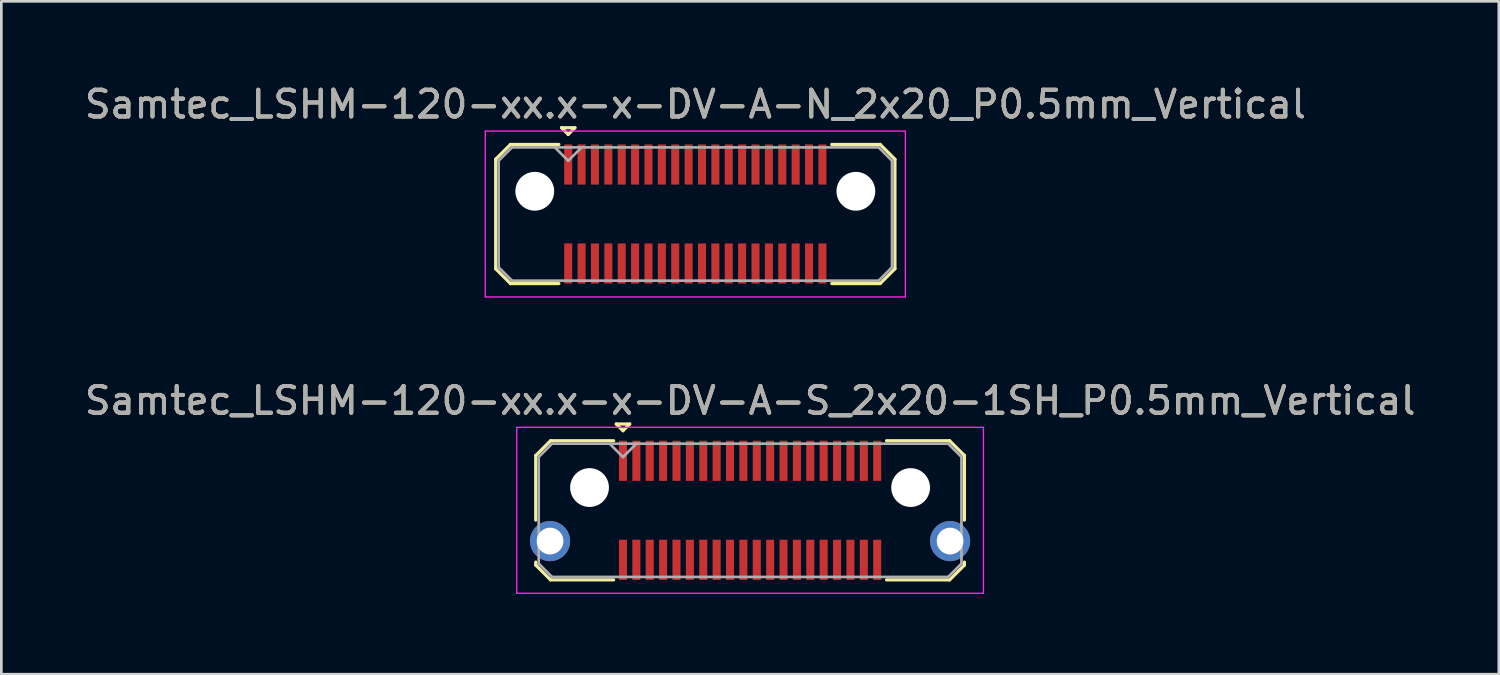
<source format=kicad_pcb>
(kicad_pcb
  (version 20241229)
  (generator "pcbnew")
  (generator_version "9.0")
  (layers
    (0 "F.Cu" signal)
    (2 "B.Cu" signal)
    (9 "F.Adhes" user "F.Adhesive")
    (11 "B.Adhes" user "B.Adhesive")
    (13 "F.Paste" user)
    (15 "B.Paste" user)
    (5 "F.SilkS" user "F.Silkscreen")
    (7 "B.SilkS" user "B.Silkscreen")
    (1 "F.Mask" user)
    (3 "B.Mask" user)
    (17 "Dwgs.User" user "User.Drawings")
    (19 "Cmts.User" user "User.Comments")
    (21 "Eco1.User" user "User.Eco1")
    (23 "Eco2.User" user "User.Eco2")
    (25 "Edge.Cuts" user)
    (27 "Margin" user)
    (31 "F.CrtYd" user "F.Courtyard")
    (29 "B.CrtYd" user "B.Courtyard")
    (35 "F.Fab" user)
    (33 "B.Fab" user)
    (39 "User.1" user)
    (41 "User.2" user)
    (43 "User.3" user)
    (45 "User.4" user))
  (footprint "Samtec_LSHM-120-xx.x-x-DV-A-N_2x20_P0.5mm_Vertical"
    (layer "F.Cu")
    (at 22.935 4.948)
    (property "Reference" "Samtec_LSHM-120-xx.x-x-DV-A-N_2x20_P0.5mm_Vertical" (at 0 -4.1 0) (layer "F.SilkS") (effects (font (size 1 1) (thickness 0.15))))
    (attr smd)
    (fp_line (start -7.46 -2.047) (end -7.46 2.047) (stroke (width 0.12) (type solid)) (layer "F.SilkS"))
    (fp_line (start -7.46 2.047) (end -6.907 2.6) (stroke (width 0.12) (type solid)) (layer "F.SilkS"))
    (fp_line (start -6.907 -2.6) (end -7.46 -2.047) (stroke (width 0.12) (type solid)) (layer "F.SilkS"))
    (fp_line (start -6.907 2.6) (end -5.1 2.6) (stroke (width 0.12) (type solid)) (layer "F.SilkS"))
    (fp_line (start -5.1 -2.6) (end -6.907 -2.6) (stroke (width 0.12) (type solid)) (layer "F.SilkS"))
    (fp_line (start -5 -3.225) (end -4.5 -3.225) (stroke (width 0.12) (type solid)) (layer "F.SilkS"))
    (fp_line (start -4.75 -2.975) (end -5 -3.225) (stroke (width 0.12) (type solid)) (layer "F.SilkS"))
    (fp_line (start -4.5 -3.225) (end -4.75 -2.975) (stroke (width 0.12) (type solid)) (layer "F.SilkS"))
    (fp_line (start 5.1 -2.6) (end 6.907 -2.6) (stroke (width 0.12) (type solid)) (layer "F.SilkS"))
    (fp_line (start 6.907 -2.6) (end 7.46 -2.047) (stroke (width 0.12) (type solid)) (layer "F.SilkS"))
    (fp_line (start 6.907 2.6) (end 5.1 2.6) (stroke (width 0.12) (type solid)) (layer "F.SilkS"))
    (fp_line (start 7.46 -2.047) (end 7.46 2.047) (stroke (width 0.12) (type solid)) (layer "F.SilkS"))
    (fp_line (start 7.46 2.047) (end 6.907 2.6) (stroke (width 0.12) (type solid)) (layer "F.SilkS"))
    (fp_line (start -7.85 -3.1) (end -7.85 3.1) (stroke (width 0.05) (type solid)) (layer "F.CrtYd"))
    (fp_line (start -7.85 3.1) (end 7.85 3.1) (stroke (width 0.05) (type solid)) (layer "F.CrtYd"))
    (fp_line (start 7.85 -3.1) (end -7.85 -3.1) (stroke (width 0.05) (type solid)) (layer "F.CrtYd"))
    (fp_line (start 7.85 3.1) (end 7.85 -3.1) (stroke (width 0.05) (type solid)) (layer "F.CrtYd"))
    (fp_line (start -7.35 -1.992) (end -7.35 1.992) (stroke (width 0.1) (type solid)) (layer "F.Fab"))
    (fp_line (start -7.35 1.992) (end -6.852 2.49) (stroke (width 0.1) (type solid)) (layer "F.Fab"))
    (fp_line (start -6.852 -2.49) (end -7.35 -1.992) (stroke (width 0.1) (type solid)) (layer "F.Fab"))
    (fp_line (start -6.852 2.49) (end 6.852 2.49) (stroke (width 0.1) (type solid)) (layer "F.Fab"))
    (fp_line (start -4.75 -1.99) (end -5.25 -2.49) (stroke (width 0.1) (type solid)) (layer "F.Fab"))
    (fp_line (start -4.25 -2.49) (end -4.75 -1.99) (stroke (width 0.1) (type solid)) (layer "F.Fab"))
    (fp_line (start 6.852 -2.49) (end -6.852 -2.49) (stroke (width 0.1) (type solid)) (layer "F.Fab"))
    (fp_line (start 6.852 2.49) (end 7.35 1.992) (stroke (width 0.1) (type solid)) (layer "F.Fab"))
    (fp_line (start 7.35 -1.992) (end 6.852 -2.49) (stroke (width 0.1) (type solid)) (layer "F.Fab"))
    (fp_line (start 7.35 1.992) (end 7.35 -1.992) (stroke (width 0.1) (type solid)) (layer "F.Fab"))
    (fp_text user "${REFERENCE}" (at 0 -4.1 0) (layer "F.Fab") (effects (font (size 1 1) (thickness 0.15))))
    (pad "" np_thru_hole circle (at -6 -0.85) (size 1.45 1.45) (drill 1.45) (layers "*.Cu" "*.Mask"))
    (pad "" np_thru_hole circle (at 6 -0.85) (size 1.45 1.45) (drill 1.45) (layers "*.Cu" "*.Mask"))
    (pad "1" smd rect (at -4.75 -1.85) (size 0.3 1.5) (layers "F.Cu" "F.Mask" "F.Paste"))
    (pad "2" smd rect (at -4.75 1.85) (size 0.3 1.5) (layers "F.Cu" "F.Mask" "F.Paste"))
    (pad "3" smd rect (at -4.25 -1.85) (size 0.3 1.5) (layers "F.Cu" "F.Mask" "F.Paste"))
    (pad "4" smd rect (at -4.25 1.85) (size 0.3 1.5) (layers "F.Cu" "F.Mask" "F.Paste"))
    (pad "5" smd rect (at -3.75 -1.85) (size 0.3 1.5) (layers "F.Cu" "F.Mask" "F.Paste"))
    (pad "6" smd rect (at -3.75 1.85) (size 0.3 1.5) (layers "F.Cu" "F.Mask" "F.Paste"))
    (pad "7" smd rect (at -3.25 -1.85) (size 0.3 1.5) (layers "F.Cu" "F.Mask" "F.Paste"))
    (pad "8" smd rect (at -3.25 1.85) (size 0.3 1.5) (layers "F.Cu" "F.Mask" "F.Paste"))
    (pad "9" smd rect (at -2.75 -1.85) (size 0.3 1.5) (layers "F.Cu" "F.Mask" "F.Paste"))
    (pad "10" smd rect (at -2.75 1.85) (size 0.3 1.5) (layers "F.Cu" "F.Mask" "F.Paste"))
    (pad "11" smd rect (at -2.25 -1.85) (size 0.3 1.5) (layers "F.Cu" "F.Mask" "F.Paste"))
    (pad "12" smd rect (at -2.25 1.85) (size 0.3 1.5) (layers "F.Cu" "F.Mask" "F.Paste"))
    (pad "13" smd rect (at -1.75 -1.85) (size 0.3 1.5) (layers "F.Cu" "F.Mask" "F.Paste"))
    (pad "14" smd rect (at -1.75 1.85) (size 0.3 1.5) (layers "F.Cu" "F.Mask" "F.Paste"))
    (pad "15" smd rect (at -1.25 -1.85) (size 0.3 1.5) (layers "F.Cu" "F.Mask" "F.Paste"))
    (pad "16" smd rect (at -1.25 1.85) (size 0.3 1.5) (layers "F.Cu" "F.Mask" "F.Paste"))
    (pad "17" smd rect (at -0.75 -1.85) (size 0.3 1.5) (layers "F.Cu" "F.Mask" "F.Paste"))
    (pad "18" smd rect (at -0.75 1.85) (size 0.3 1.5) (layers "F.Cu" "F.Mask" "F.Paste"))
    (pad "19" smd rect (at -0.25 -1.85) (size 0.3 1.5) (layers "F.Cu" "F.Mask" "F.Paste"))
    (pad "20" smd rect (at -0.25 1.85) (size 0.3 1.5) (layers "F.Cu" "F.Mask" "F.Paste"))
    (pad "21" smd rect (at 0.25 -1.85) (size 0.3 1.5) (layers "F.Cu" "F.Mask" "F.Paste"))
    (pad "22" smd rect (at 0.25 1.85) (size 0.3 1.5) (layers "F.Cu" "F.Mask" "F.Paste"))
    (pad "23" smd rect (at 0.75 -1.85) (size 0.3 1.5) (layers "F.Cu" "F.Mask" "F.Paste"))
    (pad "24" smd rect (at 0.75 1.85) (size 0.3 1.5) (layers "F.Cu" "F.Mask" "F.Paste"))
    (pad "25" smd rect (at 1.25 -1.85) (size 0.3 1.5) (layers "F.Cu" "F.Mask" "F.Paste"))
    (pad "26" smd rect (at 1.25 1.85) (size 0.3 1.5) (layers "F.Cu" "F.Mask" "F.Paste"))
    (pad "27" smd rect (at 1.75 -1.85) (size 0.3 1.5) (layers "F.Cu" "F.Mask" "F.Paste"))
    (pad "28" smd rect (at 1.75 1.85) (size 0.3 1.5) (layers "F.Cu" "F.Mask" "F.Paste"))
    (pad "29" smd rect (at 2.25 -1.85) (size 0.3 1.5) (layers "F.Cu" "F.Mask" "F.Paste"))
    (pad "30" smd rect (at 2.25 1.85) (size 0.3 1.5) (layers "F.Cu" "F.Mask" "F.Paste"))
    (pad "31" smd rect (at 2.75 -1.85) (size 0.3 1.5) (layers "F.Cu" "F.Mask" "F.Paste"))
    (pad "32" smd rect (at 2.75 1.85) (size 0.3 1.5) (layers "F.Cu" "F.Mask" "F.Paste"))
    (pad "33" smd rect (at 3.25 -1.85) (size 0.3 1.5) (layers "F.Cu" "F.Mask" "F.Paste"))
    (pad "34" smd rect (at 3.25 1.85) (size 0.3 1.5) (layers "F.Cu" "F.Mask" "F.Paste"))
    (pad "35" smd rect (at 3.75 -1.85) (size 0.3 1.5) (layers "F.Cu" "F.Mask" "F.Paste"))
    (pad "36" smd rect (at 3.75 1.85) (size 0.3 1.5) (layers "F.Cu" "F.Mask" "F.Paste"))
    (pad "37" smd rect (at 4.25 -1.85) (size 0.3 1.5) (layers "F.Cu" "F.Mask" "F.Paste"))
    (pad "38" smd rect (at 4.25 1.85) (size 0.3 1.5) (layers "F.Cu" "F.Mask" "F.Paste"))
    (pad "39" smd rect (at 4.75 -1.85) (size 0.3 1.5) (layers "F.Cu" "F.Mask" "F.Paste"))
    (pad "40" smd rect (at 4.75 1.85) (size 0.3 1.5) (layers "F.Cu" "F.Mask" "F.Paste")))
  (footprint "Samtec_LSHM-120-xx.x-x-DV-A-S_2x20-1SH_P0.5mm_Vertical"
    (layer "F.Cu")
    (at 24.982 16.021)
    (property "Reference" "Samtec_LSHM-120-xx.x-x-DV-A-S_2x20-1SH_P0.5mm_Vertical" (at 0 -4.1 0) (layer "F.SilkS") (effects (font (size 1 1) (thickness 0.15))))
    (attr smd)
    (fp_line (start -8.01 -2.047) (end -8.01 0.365) (stroke (width 0.12) (type solid)) (layer "F.SilkS"))
    (fp_line (start -8.01 1.935) (end -8.01 2.047) (stroke (width 0.12) (type solid)) (layer "F.SilkS"))
    (fp_line (start -8.01 2.047) (end -7.457 2.6) (stroke (width 0.12) (type solid)) (layer "F.SilkS"))
    (fp_line (start -7.457 -2.6) (end -8.01 -2.047) (stroke (width 0.12) (type solid)) (layer "F.SilkS"))
    (fp_line (start -7.457 2.6) (end -5.1 2.6) (stroke (width 0.12) (type solid)) (layer "F.SilkS"))
    (fp_line (start -5.1 -2.6) (end -7.457 -2.6) (stroke (width 0.12) (type solid)) (layer "F.SilkS"))
    (fp_line (start -5 -3.225) (end -4.5 -3.225) (stroke (width 0.12) (type solid)) (layer "F.SilkS"))
    (fp_line (start -4.75 -2.975) (end -5 -3.225) (stroke (width 0.12) (type solid)) (layer "F.SilkS"))
    (fp_line (start -4.5 -3.225) (end -4.75 -2.975) (stroke (width 0.12) (type solid)) (layer "F.SilkS"))
    (fp_line (start 5.1 -2.6) (end 7.457 -2.6) (stroke (width 0.12) (type solid)) (layer "F.SilkS"))
    (fp_line (start 7.457 -2.6) (end 8.01 -2.047) (stroke (width 0.12) (type solid)) (layer "F.SilkS"))
    (fp_line (start 7.457 2.6) (end 5.1 2.6) (stroke (width 0.12) (type solid)) (layer "F.SilkS"))
    (fp_line (start 8.01 -2.047) (end 8.01 0.365) (stroke (width 0.12) (type solid)) (layer "F.SilkS"))
    (fp_line (start 8.01 1.935) (end 8.01 2.047) (stroke (width 0.12) (type solid)) (layer "F.SilkS"))
    (fp_line (start 8.01 2.047) (end 7.457 2.6) (stroke (width 0.12) (type solid)) (layer "F.SilkS"))
    (fp_line (start -8.72 -3.1) (end -8.72 3.1) (stroke (width 0.05) (type solid)) (layer "F.CrtYd"))
    (fp_line (start -8.72 3.1) (end 8.72 3.1) (stroke (width 0.05) (type solid)) (layer "F.CrtYd"))
    (fp_line (start 8.72 -3.1) (end -8.72 -3.1) (stroke (width 0.05) (type solid)) (layer "F.CrtYd"))
    (fp_line (start 8.72 3.1) (end 8.72 -3.1) (stroke (width 0.05) (type solid)) (layer "F.CrtYd"))
    (fp_line (start -7.9 -1.992) (end -7.9 1.992) (stroke (width 0.1) (type solid)) (layer "F.Fab"))
    (fp_line (start -7.9 1.992) (end -7.402 2.49) (stroke (width 0.1) (type solid)) (layer "F.Fab"))
    (fp_line (start -7.402 -2.49) (end -7.9 -1.992) (stroke (width 0.1) (type solid)) (layer "F.Fab"))
    (fp_line (start -7.402 2.49) (end 7.402 2.49) (stroke (width 0.1) (type solid)) (layer "F.Fab"))
    (fp_line (start -4.75 -1.99) (end -5.25 -2.49) (stroke (width 0.1) (type solid)) (layer "F.Fab"))
    (fp_line (start -4.25 -2.49) (end -4.75 -1.99) (stroke (width 0.1) (type solid)) (layer "F.Fab"))
    (fp_line (start 7.402 -2.49) (end -7.402 -2.49) (stroke (width 0.1) (type solid)) (layer "F.Fab"))
    (fp_line (start 7.402 2.49) (end 7.9 1.992) (stroke (width 0.1) (type solid)) (layer "F.Fab"))
    (fp_line (start 7.9 -1.992) (end 7.402 -2.49) (stroke (width 0.1) (type solid)) (layer "F.Fab"))
    (fp_line (start 7.9 1.992) (end 7.9 -1.992) (stroke (width 0.1) (type solid)) (layer "F.Fab"))
    (fp_text user "${REFERENCE}" (at 0 -4.1 0) (layer "F.Fab") (effects (font (size 1 1) (thickness 0.15))))
    (pad "" np_thru_hole circle (at -6 -0.85) (size 1.45 1.45) (drill 1.45) (layers "*.Cu" "*.Mask"))
    (pad "" np_thru_hole circle (at 6 -0.85) (size 1.45 1.45) (drill 1.45) (layers "*.Cu" "*.Mask"))
    (pad "1" smd rect (at -4.75 -1.85) (size 0.3 1.5) (layers "F.Cu" "F.Mask" "F.Paste"))
    (pad "2" smd rect (at -4.75 1.85) (size 0.3 1.5) (layers "F.Cu" "F.Mask" "F.Paste"))
    (pad "3" smd rect (at -4.25 -1.85) (size 0.3 1.5) (layers "F.Cu" "F.Mask" "F.Paste"))
    (pad "4" smd rect (at -4.25 1.85) (size 0.3 1.5) (layers "F.Cu" "F.Mask" "F.Paste"))
    (pad "5" smd rect (at -3.75 -1.85) (size 0.3 1.5) (layers "F.Cu" "F.Mask" "F.Paste"))
    (pad "6" smd rect (at -3.75 1.85) (size 0.3 1.5) (layers "F.Cu" "F.Mask" "F.Paste"))
    (pad "7" smd rect (at -3.25 -1.85) (size 0.3 1.5) (layers "F.Cu" "F.Mask" "F.Paste"))
    (pad "8" smd rect (at -3.25 1.85) (size 0.3 1.5) (layers "F.Cu" "F.Mask" "F.Paste"))
    (pad "9" smd rect (at -2.75 -1.85) (size 0.3 1.5) (layers "F.Cu" "F.Mask" "F.Paste"))
    (pad "10" smd rect (at -2.75 1.85) (size 0.3 1.5) (layers "F.Cu" "F.Mask" "F.Paste"))
    (pad "11" smd rect (at -2.25 -1.85) (size 0.3 1.5) (layers "F.Cu" "F.Mask" "F.Paste"))
    (pad "12" smd rect (at -2.25 1.85) (size 0.3 1.5) (layers "F.Cu" "F.Mask" "F.Paste"))
    (pad "13" smd rect (at -1.75 -1.85) (size 0.3 1.5) (layers "F.Cu" "F.Mask" "F.Paste"))
    (pad "14" smd rect (at -1.75 1.85) (size 0.3 1.5) (layers "F.Cu" "F.Mask" "F.Paste"))
    (pad "15" smd rect (at -1.25 -1.85) (size 0.3 1.5) (layers "F.Cu" "F.Mask" "F.Paste"))
    (pad "16" smd rect (at -1.25 1.85) (size 0.3 1.5) (layers "F.Cu" "F.Mask" "F.Paste"))
    (pad "17" smd rect (at -0.75 -1.85) (size 0.3 1.5) (layers "F.Cu" "F.Mask" "F.Paste"))
    (pad "18" smd rect (at -0.75 1.85) (size 0.3 1.5) (layers "F.Cu" "F.Mask" "F.Paste"))
    (pad "19" smd rect (at -0.25 -1.85) (size 0.3 1.5) (layers "F.Cu" "F.Mask" "F.Paste"))
    (pad "20" smd rect (at -0.25 1.85) (size 0.3 1.5) (layers "F.Cu" "F.Mask" "F.Paste"))
    (pad "21" smd rect (at 0.25 -1.85) (size 0.3 1.5) (layers "F.Cu" "F.Mask" "F.Paste"))
    (pad "22" smd rect (at 0.25 1.85) (size 0.3 1.5) (layers "F.Cu" "F.Mask" "F.Paste"))
    (pad "23" smd rect (at 0.75 -1.85) (size 0.3 1.5) (layers "F.Cu" "F.Mask" "F.Paste"))
    (pad "24" smd rect (at 0.75 1.85) (size 0.3 1.5) (layers "F.Cu" "F.Mask" "F.Paste"))
    (pad "25" smd rect (at 1.25 -1.85) (size 0.3 1.5) (layers "F.Cu" "F.Mask" "F.Paste"))
    (pad "26" smd rect (at 1.25 1.85) (size 0.3 1.5) (layers "F.Cu" "F.Mask" "F.Paste"))
    (pad "27" smd rect (at 1.75 -1.85) (size 0.3 1.5) (layers "F.Cu" "F.Mask" "F.Paste"))
    (pad "28" smd rect (at 1.75 1.85) (size 0.3 1.5) (layers "F.Cu" "F.Mask" "F.Paste"))
    (pad "29" smd rect (at 2.25 -1.85) (size 0.3 1.5) (layers "F.Cu" "F.Mask" "F.Paste"))
    (pad "30" smd rect (at 2.25 1.85) (size 0.3 1.5) (layers "F.Cu" "F.Mask" "F.Paste"))
    (pad "31" smd rect (at 2.75 -1.85) (size 0.3 1.5) (layers "F.Cu" "F.Mask" "F.Paste"))
    (pad "32" smd rect (at 2.75 1.85) (size 0.3 1.5) (layers "F.Cu" "F.Mask" "F.Paste"))
    (pad "33" smd rect (at 3.25 -1.85) (size 0.3 1.5) (layers "F.Cu" "F.Mask" "F.Paste"))
    (pad "34" smd rect (at 3.25 1.85) (size 0.3 1.5) (layers "F.Cu" "F.Mask" "F.Paste"))
    (pad "35" smd rect (at 3.75 -1.85) (size 0.3 1.5) (layers "F.Cu" "F.Mask" "F.Paste"))
    (pad "36" smd rect (at 3.75 1.85) (size 0.3 1.5) (layers "F.Cu" "F.Mask" "F.Paste"))
    (pad "37" smd rect (at 4.25 -1.85) (size 0.3 1.5) (layers "F.Cu" "F.Mask" "F.Paste"))
    (pad "38" smd rect (at 4.25 1.85) (size 0.3 1.5) (layers "F.Cu" "F.Mask" "F.Paste"))
    (pad "39" smd rect (at 4.75 -1.85) (size 0.3 1.5) (layers "F.Cu" "F.Mask" "F.Paste"))
    (pad "40" smd rect (at 4.75 1.85) (size 0.3 1.5) (layers "F.Cu" "F.Mask" "F.Paste"))
    (pad "SH" thru_hole circle (at -7.475 1.15) (size 1.5 1.5) (drill 1) (layers "*.Cu" "*.Mask"))
    (pad "SH" thru_hole circle (at 7.475 1.15) (size 1.5 1.5) (drill 1) (layers "*.Cu" "*.Mask")))
  (gr_rect
    (start -3 -3)
    (end 52.964 22.146)
    (stroke (width 0.1) (type default))
    (fill no)
    (layer "Edge.Cuts")))
</source>
